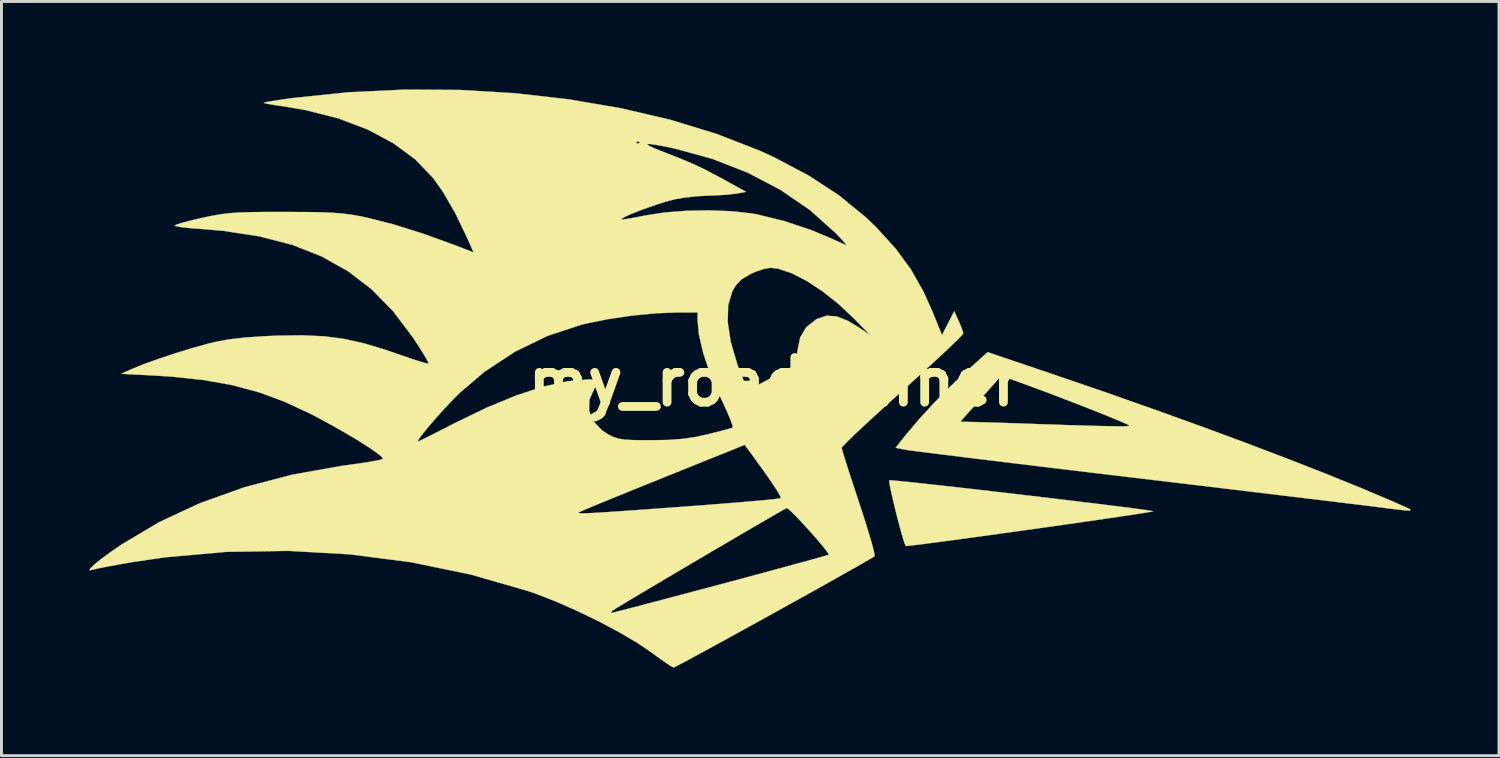
<source format=kicad_pcb>
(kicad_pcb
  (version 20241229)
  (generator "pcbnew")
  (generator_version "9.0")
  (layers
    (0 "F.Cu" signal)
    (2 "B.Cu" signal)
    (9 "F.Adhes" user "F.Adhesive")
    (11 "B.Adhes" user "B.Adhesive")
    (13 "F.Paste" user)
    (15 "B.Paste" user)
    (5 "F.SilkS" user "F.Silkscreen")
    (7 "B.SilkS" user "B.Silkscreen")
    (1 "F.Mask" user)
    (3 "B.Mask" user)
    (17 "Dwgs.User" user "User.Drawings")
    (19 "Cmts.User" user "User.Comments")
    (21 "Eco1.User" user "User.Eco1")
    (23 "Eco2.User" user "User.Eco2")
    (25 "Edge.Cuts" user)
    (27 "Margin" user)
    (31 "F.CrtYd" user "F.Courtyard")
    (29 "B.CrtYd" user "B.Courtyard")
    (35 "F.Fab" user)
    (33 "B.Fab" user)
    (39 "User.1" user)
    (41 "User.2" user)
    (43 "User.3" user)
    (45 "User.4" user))
  (footprint "my_roadrunner"
    (layer "F.Cu")
    (at 23.353 9.97)
    (property "Reference" "my_roadrunner" (at 0 0 0) (layer "F.SilkS") (effects (font (size 1.524 1.524) (thickness 0.3))))
    (attr through_hole)
    (fp_poly (pts (xy 3.994 3.354) (xy 4.232 3.375) (xy 4.6 3.412) (xy 5.08 3.464) (xy 5.652 3.527) (xy 6.298 3.599) (xy 6.998 3.679) (xy 7.734 3.764) (xy 8.487 3.853) (xy 9.238 3.941) (xy 9.968 4.028) (xy 10.658 4.112) (xy 11.289 4.189) (xy 11.842 4.258) (xy 12.299 4.317) (xy 12.64 4.363) (xy 12.847 4.395) (xy 12.903 4.407) (xy 12.829 4.425) (xy 12.606 4.462) (xy 12.253 4.517) (xy 11.791 4.586) (xy 11.237 4.667) (xy 10.612 4.758) (xy 9.934 4.855) (xy 9.223 4.956) (xy 8.497 5.058) (xy 7.777 5.158) (xy 7.081 5.254) (xy 6.428 5.344) (xy 5.838 5.423) (xy 5.329 5.49) (xy 4.922 5.543) (xy 4.635 5.577) (xy 4.488 5.591) (xy 4.476 5.591) (xy 4.437 5.513) (xy 4.368 5.3) (xy 4.277 4.982) (xy 4.175 4.591) (xy 4.148 4.484) (xy 4.049 4.077) (xy 3.971 3.733) (xy 3.92 3.483) (xy 3.903 3.359) (xy 3.905 3.351) (xy 3.994 3.354)) (stroke (width 0.01) (type solid)) (fill yes) (layer "F.SilkS"))
    (fp_poly (pts (xy 9.536 -0.246) (xy 11.235 0.336) (xy 12.897 0.921) (xy 14.505 1.5) (xy 16.041 2.068) (xy 17.489 2.619) (xy 18.832 3.145) (xy 20.053 3.641) (xy 21.134 4.1) (xy 21.505 4.264) (xy 21.638 4.327) (xy 21.688 4.367) (xy 21.637 4.383) (xy 21.472 4.374) (xy 21.175 4.342) (xy 20.731 4.286) (xy 20.574 4.266) (xy 20.356 4.238) (xy 19.984 4.192) (xy 19.472 4.13) (xy 18.834 4.052) (xy 18.083 3.962) (xy 17.233 3.86) (xy 16.299 3.747) (xy 15.295 3.627) (xy 14.234 3.5) (xy 13.13 3.368) (xy 12.234 3.262) (xy 11.122 3.129) (xy 10.053 3.001) (xy 9.039 2.879) (xy 8.093 2.764) (xy 7.229 2.659) (xy 6.458 2.564) (xy 5.793 2.482) (xy 5.247 2.414) (xy 4.833 2.361) (xy 4.563 2.325) (xy 4.455 2.309) (xy 4.126 2.244) (xy 4.48 1.796) (xy 4.853 1.355) (xy 6.329 1.355) (xy 6.826 1.366) (xy 7.07 1.373) (xy 7.446 1.384) (xy 7.918 1.399) (xy 8.447 1.417) (xy 8.975 1.435) (xy 9.869 1.466) (xy 10.602 1.488) (xy 11.18 1.503) (xy 11.612 1.51) (xy 11.904 1.51) (xy 12.064 1.503) (xy 12.1 1.489) (xy 11.998 1.434) (xy 11.767 1.332) (xy 11.43 1.193) (xy 11.013 1.025) (xy 10.541 0.839) (xy 10.037 0.644) (xy 9.527 0.449) (xy 9.036 0.263) (xy 8.587 0.097) (xy 8.206 -0.04) (xy 7.917 -0.14) (xy 7.746 -0.191) (xy 7.709 -0.195) (xy 7.633 -0.108) (xy 7.469 0.077) (xy 7.241 0.333) (xy 6.991 0.614) (xy 6.329 1.355) (xy 4.853 1.355) (xy 4.922 1.273) (xy 5.456 0.694) (xy 6.04 0.106) (xy 6.606 -0.425) (xy 7.262 -1.016) (xy 9.536 -0.246)) (stroke (width 0.01) (type solid)) (fill yes) (layer "F.SilkS"))
    (fp_poly (pts (xy -10.728 -9.954) (xy -8.855 -9.843) (xy -7.023 -9.635) (xy -5.254 -9.334) (xy -3.565 -8.94) (xy -1.978 -8.456) (xy -0.511 -7.885) (xy -0.014 -7.658) (xy 1.161 -7.037) (xy 2.192 -6.363) (xy 3.102 -5.62) (xy 3.475 -5.261) (xy 4.124 -4.548) (xy 4.648 -3.834) (xy 5.083 -3.064) (xy 5.386 -2.386) (xy 5.706 -1.598) (xy 5.915 -2.005) (xy 6.123 -2.413) (xy 6.277 -2.074) (xy 6.372 -1.848) (xy 6.426 -1.683) (xy 6.432 -1.651) (xy 6.371 -1.576) (xy 6.199 -1.403) (xy 5.93 -1.145) (xy 5.578 -0.816) (xy 5.159 -0.43) (xy 4.688 -0.001) (xy 4.36 0.294) (xy 3.862 0.743) (xy 3.407 1.159) (xy 3.009 1.527) (xy 2.684 1.833) (xy 2.447 2.064) (xy 2.312 2.206) (xy 2.286 2.243) (xy 2.312 2.347) (xy 2.384 2.586) (xy 2.495 2.937) (xy 2.637 3.375) (xy 2.802 3.876) (xy 2.878 4.105) (xy 3.048 4.623) (xy 3.192 5.087) (xy 3.306 5.473) (xy 3.381 5.757) (xy 3.41 5.915) (xy 3.407 5.939) (xy 3.318 5.997) (xy 3.099 6.124) (xy 2.77 6.313) (xy 2.347 6.551) (xy 1.849 6.831) (xy 1.295 7.141) (xy 0.701 7.471) (xy 0.086 7.812) (xy -0.532 8.154) (xy -1.135 8.486) (xy -1.705 8.8) (xy -2.224 9.084) (xy -2.674 9.328) (xy -3.037 9.524) (xy -3.295 9.66) (xy -3.43 9.728) (xy -3.445 9.733) (xy -3.538 9.684) (xy -3.733 9.554) (xy -3.998 9.366) (xy -4.191 9.224) (xy -4.688 8.888) (xy -5.306 8.525) (xy -6.004 8.154) (xy -6.596 7.868) (xy -5.58 7.868) (xy -5.562 7.874) (xy -5.471 7.853) (xy -5.232 7.792) (xy -4.864 7.697) (xy -4.382 7.57) (xy -3.803 7.418) (xy -3.145 7.243) (xy -2.423 7.052) (xy -1.846 6.898) (xy -1.088 6.695) (xy -0.382 6.505) (xy 0.256 6.332) (xy 0.809 6.181) (xy 1.261 6.057) (xy 1.595 5.963) (xy 1.795 5.905) (xy 1.846 5.887) (xy 1.81 5.812) (xy 1.682 5.645) (xy 1.489 5.414) (xy 1.257 5.148) (xy 1.01 4.876) (xy 0.777 4.627) (xy 0.582 4.43) (xy 0.452 4.314) (xy 0.415 4.296) (xy 0.326 4.343) (xy 0.111 4.465) (xy -0.211 4.651) (xy -0.622 4.89) (xy -1.103 5.17) (xy -1.634 5.481) (xy -2.196 5.811) (xy -2.77 6.149) (xy -3.337 6.484) (xy -3.879 6.804) (xy -4.375 7.099) (xy -4.808 7.356) (xy -5.157 7.566) (xy -5.404 7.716) (xy -5.53 7.795) (xy -5.541 7.803) (xy -5.58 7.868) (xy -6.596 7.868) (xy -6.741 7.797) (xy -7.476 7.475) (xy -8.167 7.206) (xy -8.382 7.132) (xy -10.352 6.565) (xy -12.388 6.145) (xy -14.469 5.876) (xy -16.576 5.757) (xy -18.691 5.791) (xy -20.793 5.979) (xy -21.886 6.14) (xy -22.328 6.216) (xy -22.72 6.288) (xy -23.027 6.349) (xy -23.214 6.392) (xy -23.241 6.401) (xy -23.348 6.421) (xy -23.327 6.358) (xy -23.191 6.225) (xy -22.952 6.032) (xy -22.623 5.791) (xy -22.277 5.552) (xy -20.992 4.786) (xy -20.296 4.461) (xy -6.681 4.461) (xy -6.653 4.472) (xy -6.578 4.478) (xy -6.439 4.476) (xy -6.225 4.467) (xy -5.919 4.449) (xy -5.509 4.423) (xy -4.979 4.386) (xy -4.317 4.339) (xy -3.506 4.28) (xy -3.029 4.245) (xy -2.31 4.191) (xy -1.646 4.139) (xy -1.054 4.09) (xy -0.553 4.047) (xy -0.163 4.01) (xy 0.099 3.981) (xy 0.213 3.963) (xy 0.216 3.961) (xy 0.188 3.878) (xy 0.075 3.686) (xy -0.104 3.413) (xy -0.333 3.086) (xy -0.376 3.026) (xy -1.017 2.142) (xy -3.824 3.272) (xy -4.473 3.534) (xy -5.072 3.777) (xy -5.601 3.993) (xy -6.044 4.175) (xy -6.383 4.316) (xy -6.599 4.409) (xy -6.674 4.445) (xy -6.681 4.461) (xy -20.296 4.461) (xy -19.585 4.13) (xy -18.068 3.587) (xy -16.45 3.162) (xy -14.741 2.857) (xy -14.52 2.828) (xy -14.105 2.77) (xy -13.75 2.714) (xy -13.49 2.665) (xy -13.358 2.629) (xy -13.351 2.625) (xy -13.387 2.556) (xy -13.55 2.421) (xy -13.821 2.234) (xy -14.161 2.018) (xy -12.163 2.018) (xy -12.157 2.032) (xy -12.072 1.995) (xy -11.864 1.893) (xy -11.558 1.739) (xy -11.179 1.546) (xy -10.906 1.405) (xy -9.816 0.876) (xy -8.807 0.46) (xy -7.889 0.16) (xy -7.07 -0.023) (xy -6.358 -0.085) (xy -5.932 -0.085) (xy -6.141 0.223) (xy -6.312 0.604) (xy -6.322 0.984) (xy -6.177 1.339) (xy -5.885 1.648) (xy -5.655 1.796) (xy -5.487 1.877) (xy -5.318 1.931) (xy -5.109 1.965) (xy -4.823 1.981) (xy -4.423 1.986) (xy -4.191 1.986) (xy -3.611 1.975) (xy -3.136 1.94) (xy -2.704 1.876) (xy -2.286 1.785) (xy -1.937 1.698) (xy -1.651 1.623) (xy -1.468 1.571) (xy -1.424 1.554) (xy -1.437 1.47) (xy -1.514 1.263) (xy -1.642 0.962) (xy -1.811 0.595) (xy -1.863 0.485) (xy -2.189 -0.265) (xy -2.43 -0.974) (xy -2.578 -1.611) (xy -2.618 -2.04) (xy -1.598 -2.04) (xy -1.495 -1.368) (xy -1.273 -0.609) (xy -1.063 -0.064) (xy -0.969 0.135) (xy -0.896 0.246) (xy -0.882 0.254) (xy -0.793 0.216) (xy -0.588 0.114) (xy -0.301 -0.036) (xy -0.047 -0.171) (xy 0.741 -0.596) (xy 0.78 -1.064) (xy 0.873 -1.52) (xy 1.078 -1.866) (xy 1.415 -2.13) (xy 1.45 -2.15) (xy 1.77 -2.259) (xy 2.115 -2.237) (xy 2.509 -2.079) (xy 2.811 -1.896) (xy 3.26 -1.597) (xy 2.709 -2.16) (xy 2.181 -2.656) (xy 1.634 -3.09) (xy 1.093 -3.446) (xy 0.583 -3.707) (xy 0.132 -3.86) (xy -0.132 -3.893) (xy -0.354 -3.856) (xy -0.643 -3.759) (xy -0.825 -3.678) (xy -1.125 -3.499) (xy -1.323 -3.293) (xy -1.445 -3.079) (xy -1.582 -2.613) (xy -1.598 -2.04) (xy -2.618 -2.04) (xy -2.625 -2.113) (xy -2.625 -2.371) (xy -3.365 -2.369) (xy -4.081 -2.339) (xy -4.88 -2.26) (xy -5.689 -2.14) (xy -6.432 -1.99) (xy -6.579 -1.954) (xy -7.74 -1.571) (xy -8.848 -1.033) (xy -9.885 -0.351) (xy -10.706 0.346) (xy -10.952 0.59) (xy -11.222 0.874) (xy -11.493 1.174) (xy -11.744 1.463) (xy -11.954 1.716) (xy -12.101 1.91) (xy -12.163 2.018) (xy -14.161 2.018) (xy -14.176 2.008) (xy -14.595 1.757) (xy -15.057 1.494) (xy -15.538 1.232) (xy -15.826 1.082) (xy -16.699 0.675) (xy -17.568 0.355) (xy -18.47 0.111) (xy -19.441 -0.064) (xy -20.519 -0.179) (xy -21.149 -0.22) (xy -22.274 -0.278) (xy -21.919 -0.437) (xy -21.514 -0.602) (xy -20.999 -0.788) (xy -20.425 -0.979) (xy -19.848 -1.156) (xy -19.319 -1.303) (xy -19.079 -1.362) (xy -18.596 -1.452) (xy -18.018 -1.518) (xy -17.317 -1.564) (xy -16.891 -1.58) (xy -16.065 -1.59) (xy -15.347 -1.556) (xy -14.682 -1.469) (xy -14.014 -1.322) (xy -13.289 -1.105) (xy -12.778 -0.929) (xy -12.407 -0.8) (xy -12.097 -0.7) (xy -11.881 -0.638) (xy -11.792 -0.626) (xy -11.792 -0.626) (xy -11.822 -0.706) (xy -11.932 -0.898) (xy -12.103 -1.173) (xy -12.32 -1.505) (xy -12.344 -1.54) (xy -13.003 -2.411) (xy -13.73 -3.154) (xy -14.537 -3.774) (xy -15.436 -4.279) (xy -16.437 -4.673) (xy -17.552 -4.962) (xy -18.793 -5.152) (xy -19.619 -5.221) (xy -19.973 -5.249) (xy -20.25 -5.281) (xy -20.415 -5.314) (xy -20.446 -5.335) (xy -20.353 -5.377) (xy -20.13 -5.443) (xy -19.811 -5.525) (xy -19.497 -5.598) (xy -19.176 -5.665) (xy -18.884 -5.716) (xy -18.589 -5.752) (xy -18.259 -5.776) (xy -17.859 -5.789) (xy -17.358 -5.796) (xy -16.722 -5.796) (xy -16.679 -5.796) (xy -16.023 -5.793) (xy -15.504 -5.785) (xy -15.088 -5.769) (xy -14.744 -5.743) (xy -14.437 -5.705) (xy -14.136 -5.652) (xy -13.897 -5.602) (xy -12.995 -5.373) (xy -11.983 -5.056) (xy -10.889 -4.66) (xy -10.824 -4.634) (xy -10.26 -4.416) (xy -10.471 -4.896) (xy -10.785 -5.548) (xy -5.23 -5.548) (xy -5.229 -5.539) (xy -5.139 -5.543) (xy -4.921 -5.576) (xy -4.612 -5.634) (xy -4.399 -5.677) (xy -3.752 -5.777) (xy -3.006 -5.835) (xy -2.223 -5.849) (xy -1.463 -5.82) (xy -0.788 -5.746) (xy -0.614 -5.716) (xy 0.309 -5.491) (xy 1.246 -5.179) (xy 1.892 -4.909) (xy 2.16 -4.788) (xy 2.361 -4.699) (xy 2.452 -4.663) (xy 2.452 -4.663) (xy 2.418 -4.715) (xy 2.29 -4.857) (xy 2.097 -5.061) (xy 2.071 -5.087) (xy 1.199 -5.865) (xy 0.197 -6.551) (xy -0.917 -7.134) (xy -2.124 -7.606) (xy -3.408 -7.958) (xy -3.574 -7.994) (xy -3.996 -8.076) (xy -4.255 -8.114) (xy -4.351 -8.106) (xy -4.287 -8.052) (xy -4.061 -7.949) (xy -3.683 -7.8) (xy -3.184 -7.604) (xy -2.764 -7.426) (xy -2.364 -7.235) (xy -1.925 -7.006) (xy -1.524 -6.786) (xy -0.974 -6.48) (xy -1.312 -6.42) (xy -1.578 -6.388) (xy -1.93 -6.363) (xy -2.244 -6.353) (xy -2.66 -6.33) (xy -3.112 -6.278) (xy -3.398 -6.228) (xy -3.659 -6.161) (xy -3.978 -6.062) (xy -4.321 -5.944) (xy -4.653 -5.821) (xy -4.938 -5.705) (xy -5.142 -5.609) (xy -5.23 -5.548) (xy -10.785 -5.548) (xy -10.89 -5.767) (xy -11.315 -6.498) (xy -11.645 -6.959) (xy -12.252 -7.591) (xy -13.001 -8.142) (xy -13.08 -8.184) (xy -4.713 -8.184) (xy -4.701 -8.134) (xy -4.657 -8.128) (xy -4.587 -8.159) (xy -4.6 -8.184) (xy -4.701 -8.195) (xy -4.713 -8.184) (xy -13.08 -8.184) (xy -13.88 -8.61) (xy -14.879 -8.987) (xy -15.987 -9.268) (xy -16.722 -9.393) (xy -17.037 -9.439) (xy -17.28 -9.481) (xy -17.407 -9.51) (xy -17.417 -9.514) (xy -17.35 -9.536) (xy -17.145 -9.573) (xy -16.834 -9.621) (xy -16.448 -9.676) (xy -16.406 -9.681) (xy -14.524 -9.875) (xy -12.624 -9.965) (xy -10.728 -9.954)) (stroke (width 0.01) (type solid)) (fill yes) (layer "F.SilkS")))
  (gr_rect
    (start -3 -3)
    (end 48.046 22.708)
    (stroke (width 0.1) (type default))
    (fill no)
    (layer "Edge.Cuts")))
</source>
